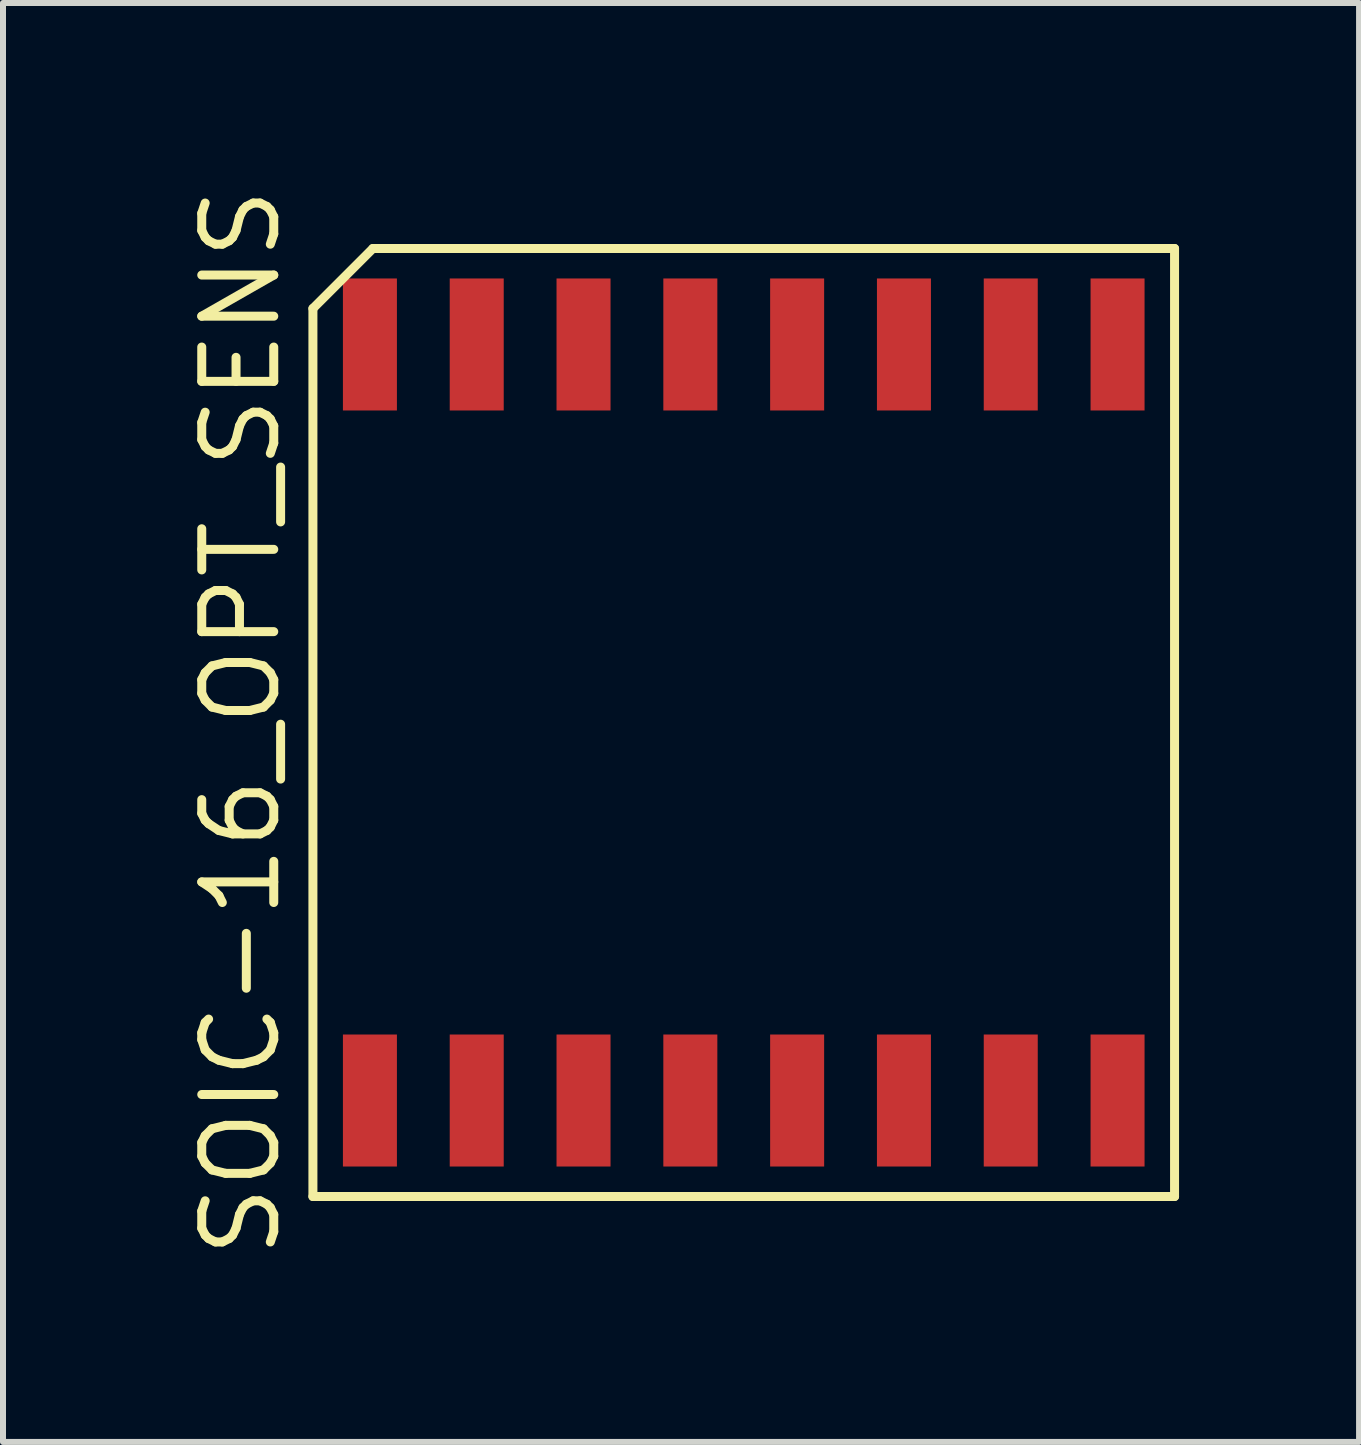
<source format=kicad_pcb>
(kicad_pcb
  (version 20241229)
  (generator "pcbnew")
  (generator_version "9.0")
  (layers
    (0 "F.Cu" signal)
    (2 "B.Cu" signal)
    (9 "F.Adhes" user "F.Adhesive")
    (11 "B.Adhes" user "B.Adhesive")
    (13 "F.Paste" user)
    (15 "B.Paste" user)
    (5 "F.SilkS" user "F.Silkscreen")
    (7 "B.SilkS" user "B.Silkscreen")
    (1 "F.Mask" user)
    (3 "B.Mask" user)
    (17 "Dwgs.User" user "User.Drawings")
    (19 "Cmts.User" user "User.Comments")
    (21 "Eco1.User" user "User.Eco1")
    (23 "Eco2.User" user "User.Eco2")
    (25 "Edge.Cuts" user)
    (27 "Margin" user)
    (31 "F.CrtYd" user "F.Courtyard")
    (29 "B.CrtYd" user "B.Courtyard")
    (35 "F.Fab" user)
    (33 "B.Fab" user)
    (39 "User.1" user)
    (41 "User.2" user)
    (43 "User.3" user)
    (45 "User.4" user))
  (footprint "SOIC-16_OPT_SENS"
    (layer "F.Cu")
    (at 9.345 8.991)
    (property "Reference" "SOIC-16_OPT_SENS" (at -8.38 0 90) (layer "F.SilkS") (effects (font (size 1.2 1.2) (thickness 0.15))))
    (attr through_hole)
    (fp_line (start -7.18 -6.9) (end -7.18 7.9) (stroke (width 0.15) (type solid)) (layer "F.SilkS"))
    (fp_line (start -7.18 7.9) (end 7.18 7.9) (stroke (width 0.15) (type solid)) (layer "F.SilkS"))
    (fp_line (start -6.18 -7.9) (end -7.18 -6.9) (stroke (width 0.15) (type solid)) (layer "F.SilkS"))
    (fp_line (start 7.18 -7.9) (end -6.18 -7.9) (stroke (width 0.15) (type solid)) (layer "F.SilkS"))
    (fp_line (start 7.18 7.9) (end 7.18 -7.9) (stroke (width 0.15) (type solid)) (layer "F.SilkS"))
    (pad "1" smd rect (at -6.23 6.3) (size 0.9 2.2) (layers "F.Cu" "F.Mask" "F.Paste"))
    (pad "2" smd rect (at -4.45 6.3) (size 0.9 2.2) (layers "F.Cu" "F.Mask" "F.Paste"))
    (pad "3" smd rect (at -2.67 6.3) (size 0.9 2.2) (layers "F.Cu" "F.Mask" "F.Paste"))
    (pad "4" smd rect (at -0.89 6.3) (size 0.9 2.2) (layers "F.Cu" "F.Mask" "F.Paste"))
    (pad "5" smd rect (at 0.89 6.3) (size 0.9 2.2) (layers "F.Cu" "F.Mask" "F.Paste"))
    (pad "6" smd rect (at 2.67 6.3) (size 0.9 2.2) (layers "F.Cu" "F.Mask" "F.Paste"))
    (pad "7" smd rect (at 4.45 6.3) (size 0.9 2.2) (layers "F.Cu" "F.Mask" "F.Paste"))
    (pad "8" smd rect (at 6.23 6.3) (size 0.9 2.2) (layers "F.Cu" "F.Mask" "F.Paste"))
    (pad "9" smd rect (at 6.23 -6.3) (size 0.9 2.2) (layers "F.Cu" "F.Mask" "F.Paste"))
    (pad "10" smd rect (at 4.45 -6.3) (size 0.9 2.2) (layers "F.Cu" "F.Mask" "F.Paste"))
    (pad "11" smd rect (at 2.67 -6.3) (size 0.9 2.2) (layers "F.Cu" "F.Mask" "F.Paste"))
    (pad "12" smd rect (at 0.89 -6.3) (size 0.9 2.2) (layers "F.Cu" "F.Mask" "F.Paste"))
    (pad "13" smd rect (at -0.89 -6.3) (size 0.9 2.2) (layers "F.Cu" "F.Mask" "F.Paste"))
    (pad "14" smd rect (at -2.67 -6.3) (size 0.9 2.2) (layers "F.Cu" "F.Mask" "F.Paste"))
    (pad "15" smd rect (at -4.45 -6.3) (size 0.9 2.2) (layers "F.Cu" "F.Mask" "F.Paste"))
    (pad "16" smd rect (at -6.23 -6.3) (size 0.9 2.2) (layers "F.Cu" "F.Mask" "F.Paste")))
  (gr_rect
    (start -3 -3)
    (end 19.6 20.981)
    (stroke (width 0.1) (type default))
    (fill no)
    (layer "Edge.Cuts")))
</source>
